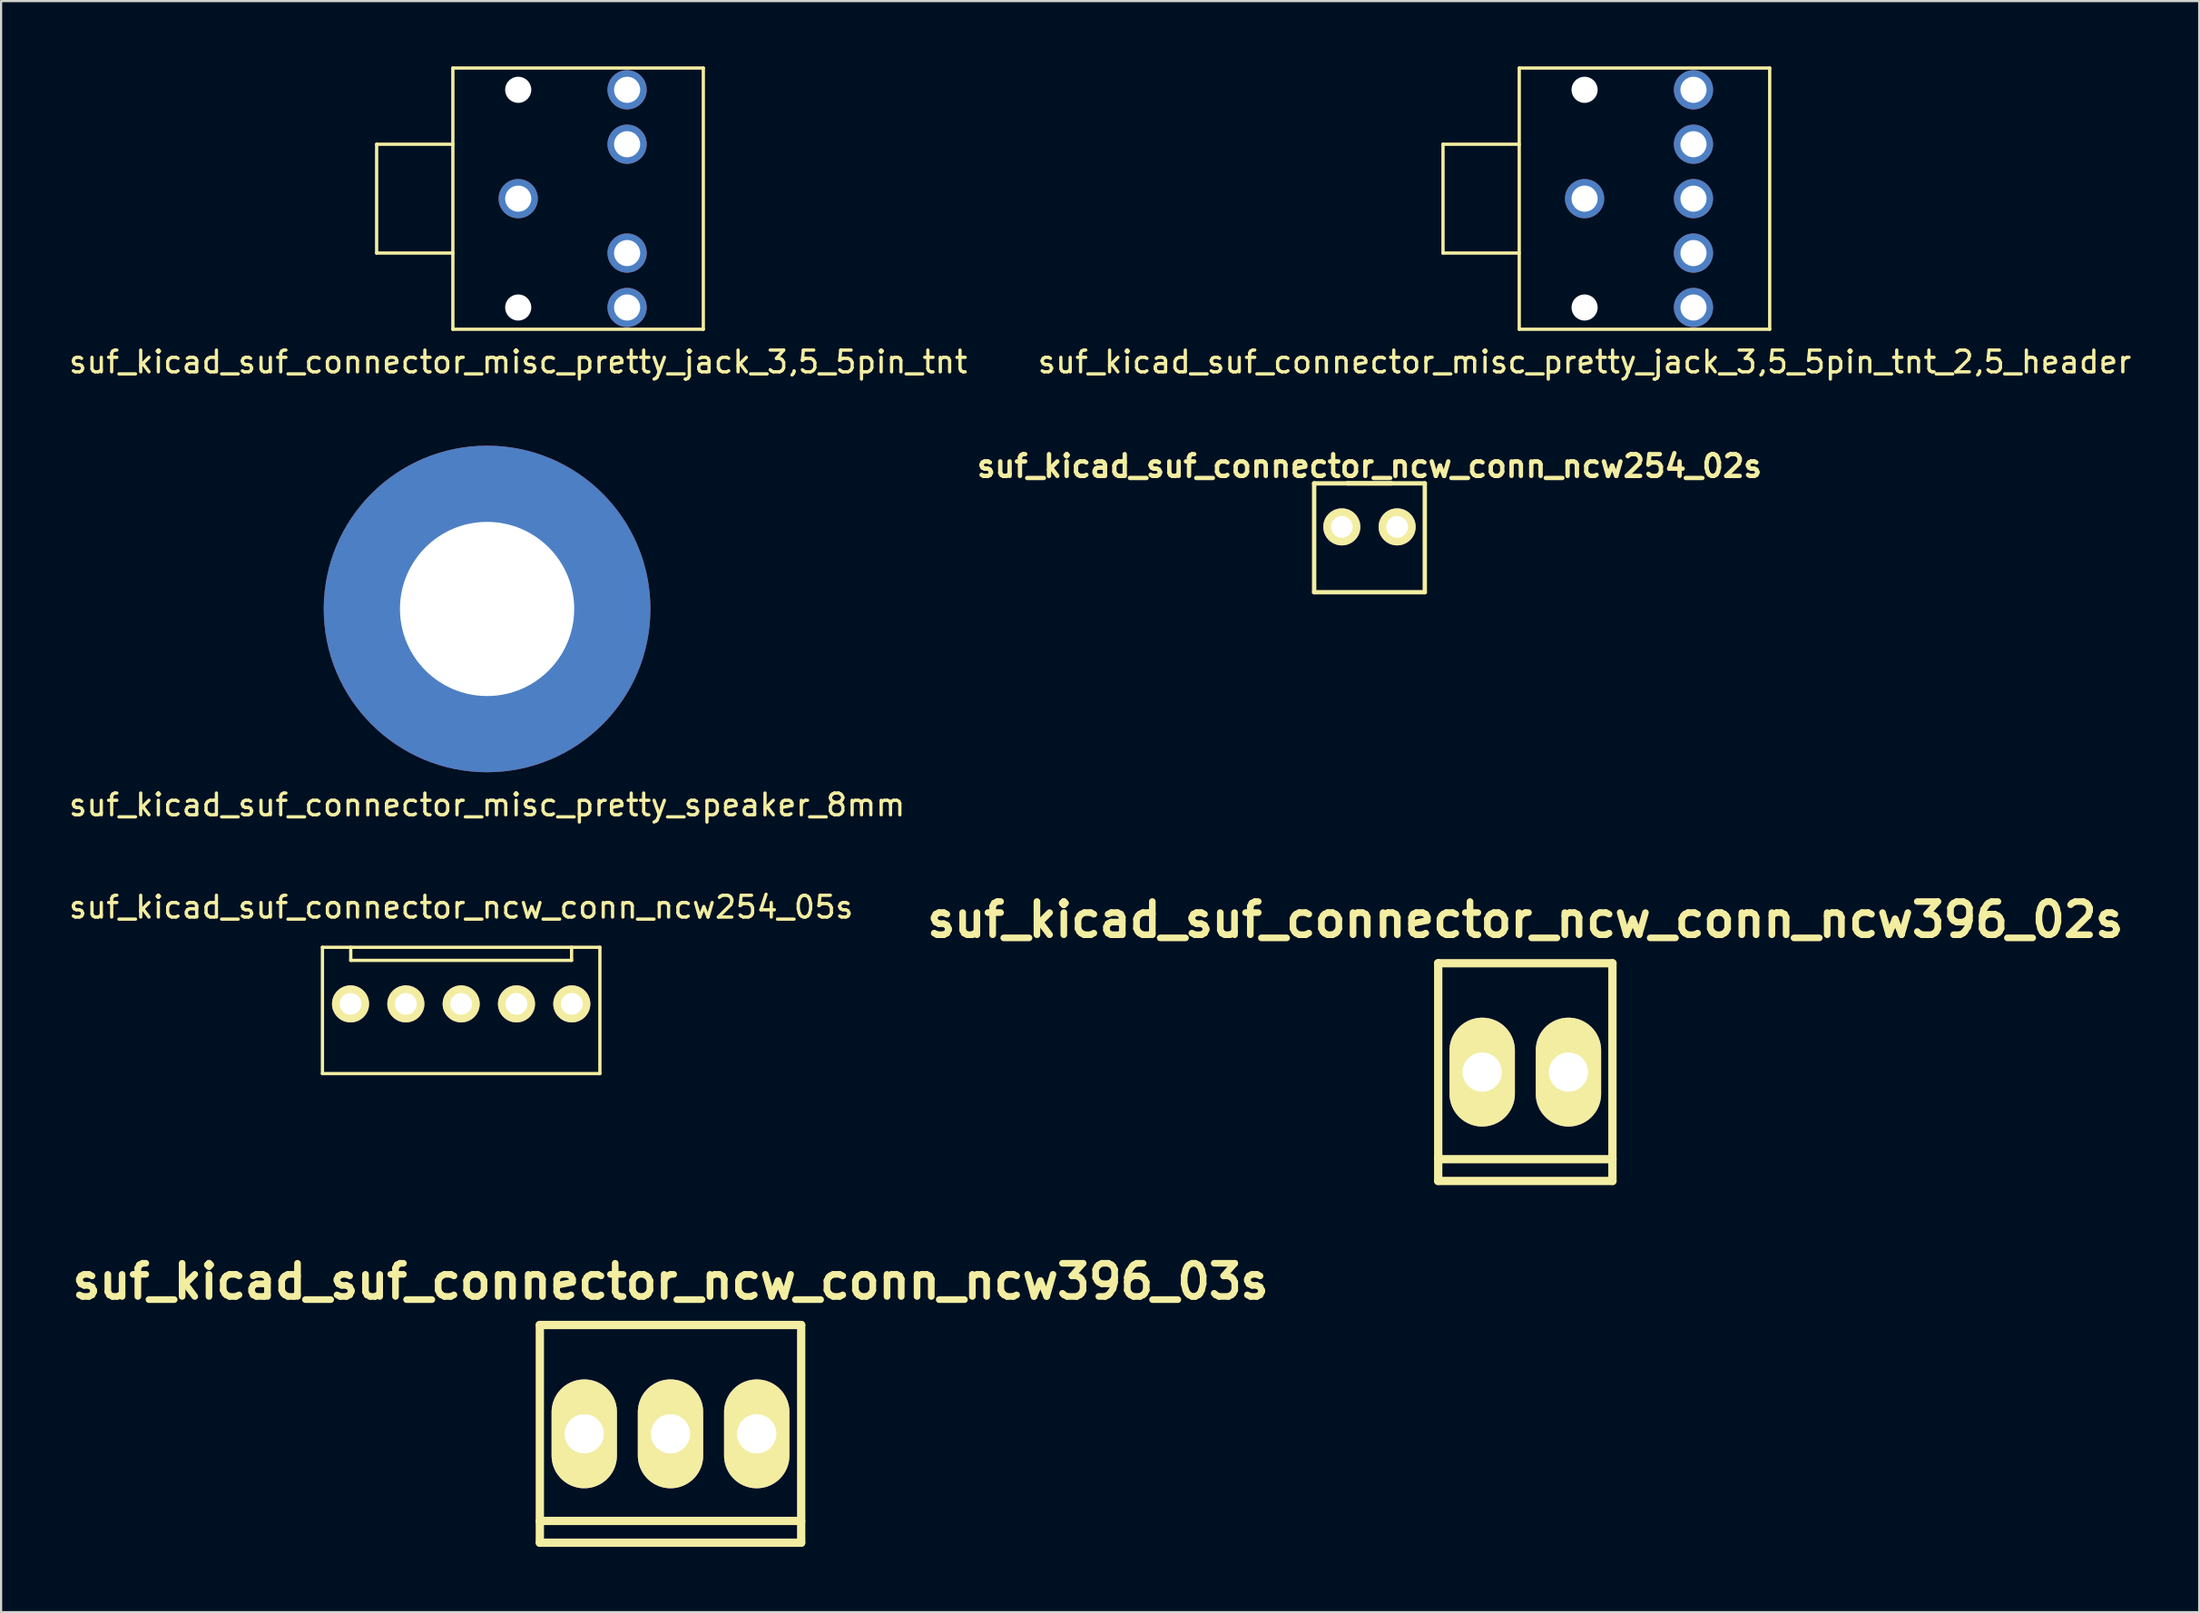
<source format=kicad_pcb>
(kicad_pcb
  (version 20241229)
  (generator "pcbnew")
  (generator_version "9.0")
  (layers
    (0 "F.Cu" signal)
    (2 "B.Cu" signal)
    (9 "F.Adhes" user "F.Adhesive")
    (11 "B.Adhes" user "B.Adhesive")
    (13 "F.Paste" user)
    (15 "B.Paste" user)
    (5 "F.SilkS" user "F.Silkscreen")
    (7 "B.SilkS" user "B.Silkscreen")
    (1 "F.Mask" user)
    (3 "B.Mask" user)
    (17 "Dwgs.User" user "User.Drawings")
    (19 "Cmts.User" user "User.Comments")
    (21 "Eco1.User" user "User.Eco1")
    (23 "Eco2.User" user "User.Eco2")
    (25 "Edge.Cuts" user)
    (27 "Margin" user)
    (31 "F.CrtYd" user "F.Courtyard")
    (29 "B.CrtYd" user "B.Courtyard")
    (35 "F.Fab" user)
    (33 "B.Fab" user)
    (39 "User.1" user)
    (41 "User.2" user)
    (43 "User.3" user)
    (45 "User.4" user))
  (footprint "suf_kicad_suf_connector_misc_pretty_jack_3,5_5pin_tnt"
    (layer "F.Cu")
    (at 20.744 6.075)
    (property "Reference" "suf_kicad_suf_connector_misc_pretty_jack_3,5_5pin_tnt" (at 0 7.5 0) (layer "F.SilkS") (effects (font (size 1 1) (thickness 0.15))))
    (attr through_hole)
    (fp_line (start -6.5 -2.5) (end -6.5 2.5) (stroke (width 0.15) (type solid)) (layer "F.SilkS"))
    (fp_line (start -6.5 2.5) (end -3 2.5) (stroke (width 0.15) (type solid)) (layer "F.SilkS"))
    (fp_line (start -3 -6) (end 8.5 -6) (stroke (width 0.15) (type solid)) (layer "F.SilkS"))
    (fp_line (start -3 -2.5) (end -6.5 -2.5) (stroke (width 0.15) (type solid)) (layer "F.SilkS"))
    (fp_line (start -3 6) (end -3 -6) (stroke (width 0.15) (type solid)) (layer "F.SilkS"))
    (fp_line (start 8.5 -6) (end 8.5 6) (stroke (width 0.15) (type solid)) (layer "F.SilkS"))
    (fp_line (start 8.5 6) (end -3 6) (stroke (width 0.15) (type solid)) (layer "F.SilkS"))
    (pad "" np_thru_hole circle (at 0 -5) (size 1.2 1.2) (drill 1.2) (layers "*.Cu" "*.Mask"))
    (pad "" np_thru_hole circle (at 0 5) (size 1.2 1.2) (drill 1.2) (layers "*.Cu" "*.Mask"))
    (pad "1" thru_hole circle (at 0 0) (size 1.8 1.8) (drill 1.2) (layers "*.Cu" "*.Mask"))
    (pad "2" thru_hole circle (at 5 5) (size 1.8 1.8) (drill 1.2) (layers "*.Cu" "*.Mask"))
    (pad "3" thru_hole circle (at 5 -5) (size 1.8 1.8) (drill 1.2) (layers "*.Cu" "*.Mask"))
    (pad "4" thru_hole circle (at 5 2.5) (size 1.8 1.8) (drill 1.2) (layers "*.Cu" "*.Mask"))
    (pad "5" thru_hole circle (at 5 -2.5) (size 1.8 1.8) (drill 1.2) (layers "*.Cu" "*.Mask")))
  (footprint "suf_kicad_suf_connector_misc_pretty_speaker_8mm"
    (layer "F.Cu")
    (at 19.315 24.923)
    (property "Reference" "suf_kicad_suf_connector_misc_pretty_speaker_8mm" (at 0 9 0) (layer "F.SilkS") (effects (font (size 1 1) (thickness 0.15))))
    (attr through_hole)
    (pad "1" thru_hole circle (at 0 0) (size 15 15) (drill 8) (layers "*.Cu" "*.Mask")))
  (footprint "suf_kicad_suf_connector_ncw_conn_ncw396_03s"
    (layer "F.Cu")
    (at 27.737 62.815)
    (property "Reference" "suf_kicad_suf_connector_ncw_conn_ncw396_03s" (at 0 -7 0) (layer "F.SilkS") (effects (font (size 1.524 1.524) (thickness 0.305))))
    (attr through_hole)
    (fp_line (start -6 -5) (end 6 -5) (stroke (width 0.381) (type solid)) (layer "F.SilkS"))
    (fp_line (start -6 4) (end 6 4) (stroke (width 0.381) (type solid)) (layer "F.SilkS"))
    (fp_line (start -6 5) (end -6 -5) (stroke (width 0.381) (type solid)) (layer "F.SilkS"))
    (fp_line (start 6 -5) (end 6 5) (stroke (width 0.381) (type solid)) (layer "F.SilkS"))
    (fp_line (start 6 5) (end -6 5) (stroke (width 0.381) (type solid)) (layer "F.SilkS"))
    (pad "1" thru_hole oval (at -3.96 0) (size 3 5) (drill 1.801) (layers "*.Cu" "*.Mask" "F.SilkS"))
    (pad "2" thru_hole oval (at 0 0) (size 3 5) (drill 1.801) (layers "*.Cu" "*.Mask" "F.SilkS"))
    (pad "3" thru_hole oval (at 3.96 0) (size 3 5) (drill 1.801) (layers "*.Cu" "*.Mask" "F.SilkS")))
  (footprint "suf_kicad_suf_connector_ncw_conn_ncw396_02s"
    (layer "F.Cu")
    (at 66.987 46.198)
    (property "Reference" "suf_kicad_suf_connector_ncw_conn_ncw396_02s" (at 0 -7 0) (layer "F.SilkS") (effects (font (size 1.524 1.524) (thickness 0.305))))
    (attr through_hole)
    (fp_line (start -4 -5) (end 4 -5) (stroke (width 0.381) (type solid)) (layer "F.SilkS"))
    (fp_line (start -4 4) (end 4 4) (stroke (width 0.381) (type solid)) (layer "F.SilkS"))
    (fp_line (start -4 5) (end -4 -5) (stroke (width 0.381) (type solid)) (layer "F.SilkS"))
    (fp_line (start 4 -5) (end 4 5) (stroke (width 0.381) (type solid)) (layer "F.SilkS"))
    (fp_line (start 4 5) (end -4 5) (stroke (width 0.381) (type solid)) (layer "F.SilkS"))
    (pad "1" thru_hole oval (at -1.98 0) (size 3 5) (drill 1.801) (layers "*.Cu" "*.Mask" "F.SilkS"))
    (pad "2" thru_hole oval (at 1.98 0) (size 3 5) (drill 1.801) (layers "*.Cu" "*.Mask" "F.SilkS")))
  (footprint "suf_kicad_suf_connector_misc_pretty_jack_3,5_5pin_tnt_2,5_header"
    (layer "F.Cu")
    (at 69.708 6.075)
    (property "Reference" "suf_kicad_suf_connector_misc_pretty_jack_3,5_5pin_tnt_2,5_header" (at 0 7.5 0) (layer "F.SilkS") (effects (font (size 1 1) (thickness 0.15))))
    (attr through_hole)
    (fp_line (start -6.5 -2.5) (end -6.5 2.5) (stroke (width 0.15) (type solid)) (layer "F.SilkS"))
    (fp_line (start -6.5 2.5) (end -3 2.5) (stroke (width 0.15) (type solid)) (layer "F.SilkS"))
    (fp_line (start -3 -6) (end 8.5 -6) (stroke (width 0.15) (type solid)) (layer "F.SilkS"))
    (fp_line (start -3 -2.5) (end -6.5 -2.5) (stroke (width 0.15) (type solid)) (layer "F.SilkS"))
    (fp_line (start -3 6) (end -3 -6) (stroke (width 0.15) (type solid)) (layer "F.SilkS"))
    (fp_line (start 8.5 -6) (end 8.5 6) (stroke (width 0.15) (type solid)) (layer "F.SilkS"))
    (fp_line (start 8.5 6) (end -3 6) (stroke (width 0.15) (type solid)) (layer "F.SilkS"))
    (pad "" np_thru_hole circle (at 0 -5) (size 1.2 1.2) (drill 1.2) (layers "*.Cu" "*.Mask"))
    (pad "" np_thru_hole circle (at 0 5) (size 1.2 1.2) (drill 1.2) (layers "*.Cu" "*.Mask"))
    (pad "1" thru_hole circle (at 0 0) (size 1.8 1.8) (drill 1.2) (layers "*.Cu" "*.Mask"))
    (pad "1" thru_hole circle (at 5 0) (size 1.8 1.8) (drill 1.2) (layers "*.Cu" "*.Mask"))
    (pad "2" thru_hole circle (at 5 5) (size 1.8 1.8) (drill 1.2) (layers "*.Cu" "*.Mask"))
    (pad "3" thru_hole circle (at 5 -5) (size 1.8 1.8) (drill 1.2) (layers "*.Cu" "*.Mask"))
    (pad "4" thru_hole circle (at 5 2.5) (size 1.8 1.8) (drill 1.2) (layers "*.Cu" "*.Mask"))
    (pad "5" thru_hole circle (at 5 -2.5) (size 1.8 1.8) (drill 1.2) (layers "*.Cu" "*.Mask")))
  (footprint "suf_kicad_suf_connector_ncw_conn_ncw254_05s"
    (layer "F.Cu")
    (at 18.125 43.065)
    (property "Reference" "suf_kicad_suf_connector_ncw_conn_ncw254_05s" (at 0 -4.445 0) (layer "F.SilkS") (effects (font (size 1 1) (thickness 0.15))))
    (attr through_hole)
    (fp_line (start -6.37 3.2) (end -6.37 -2.6) (stroke (width 0.15) (type solid)) (layer "F.SilkS"))
    (fp_line (start -6.37 3.2) (end 6.37 3.2) (stroke (width 0.15) (type solid)) (layer "F.SilkS"))
    (fp_line (start -5.07 -2.6) (end -5.07 -2) (stroke (width 0.15) (type solid)) (layer "F.SilkS"))
    (fp_line (start 5.07 -2) (end -5.07 -2) (stroke (width 0.15) (type solid)) (layer "F.SilkS"))
    (fp_line (start 5.07 -2) (end 5.07 -2.6) (stroke (width 0.15) (type solid)) (layer "F.SilkS"))
    (fp_line (start 6.37 -2.6) (end -6.37 -2.6) (stroke (width 0.15) (type solid)) (layer "F.SilkS"))
    (fp_line (start 6.37 -2.6) (end 6.37 3.2) (stroke (width 0.15) (type solid)) (layer "F.SilkS"))
    (pad "1" thru_hole circle (at -5.08 0) (size 1.7 1.7) (drill 1) (layers "*.Cu" "*.Mask" "F.SilkS"))
    (pad "2" thru_hole circle (at -2.54 0) (size 1.7 1.7) (drill 1) (layers "*.Cu" "*.Mask" "F.SilkS"))
    (pad "3" thru_hole circle (at 0 0) (size 1.7 1.7) (drill 1) (layers "*.Cu" "*.Mask" "F.SilkS"))
    (pad "4" thru_hole circle (at 2.54 0) (size 1.7 1.7) (drill 1) (layers "*.Cu" "*.Mask" "F.SilkS"))
    (pad "5" thru_hole circle (at 5.08 0) (size 1.7 1.7) (drill 1) (layers "*.Cu" "*.Mask" "F.SilkS")))
  (footprint "suf_kicad_suf_connector_ncw_conn_ncw254_02s"
    (layer "F.Cu")
    (at 59.831 21.153)
    (property "Reference" "suf_kicad_suf_connector_ncw_conn_ncw254_02s" (at 0 -2.794 0) (layer "F.SilkS") (effects (font (size 1 1) (thickness 0.2))))
    (attr through_hole)
    (fp_line (start -2.54 -2) (end 2.54 -2) (stroke (width 0.2) (type solid)) (layer "F.SilkS"))
    (fp_line (start -2.54 3) (end -2.54 -2) (stroke (width 0.2) (type solid)) (layer "F.SilkS"))
    (fp_line (start -1 -2) (end -1 -2) (stroke (width 0.2) (type solid)) (layer "F.SilkS"))
    (fp_line (start -1 -2) (end 1 -2) (stroke (width 0.2) (type solid)) (layer "F.SilkS"))
    (fp_line (start 1 -2) (end 1 -2) (stroke (width 0.2) (type solid)) (layer "F.SilkS"))
    (fp_line (start 2.54 -2) (end 2.54 3) (stroke (width 0.2) (type solid)) (layer "F.SilkS"))
    (fp_line (start 2.54 3) (end -2.54 3) (stroke (width 0.2) (type solid)) (layer "F.SilkS"))
    (pad "1" thru_hole circle (at -1.27 0) (size 1.7 1.7) (drill 1) (layers "*.Cu" "*.Mask" "F.SilkS"))
    (pad "2" thru_hole circle (at 1.27 0) (size 1.7 1.7) (drill 1) (layers "*.Cu" "*.Mask" "F.SilkS")))
  (gr_rect
    (start -3 -3)
    (end 97.929 71.006)
    (stroke (width 0.1) (type default))
    (fill no)
    (layer "Edge.Cuts")))
</source>
